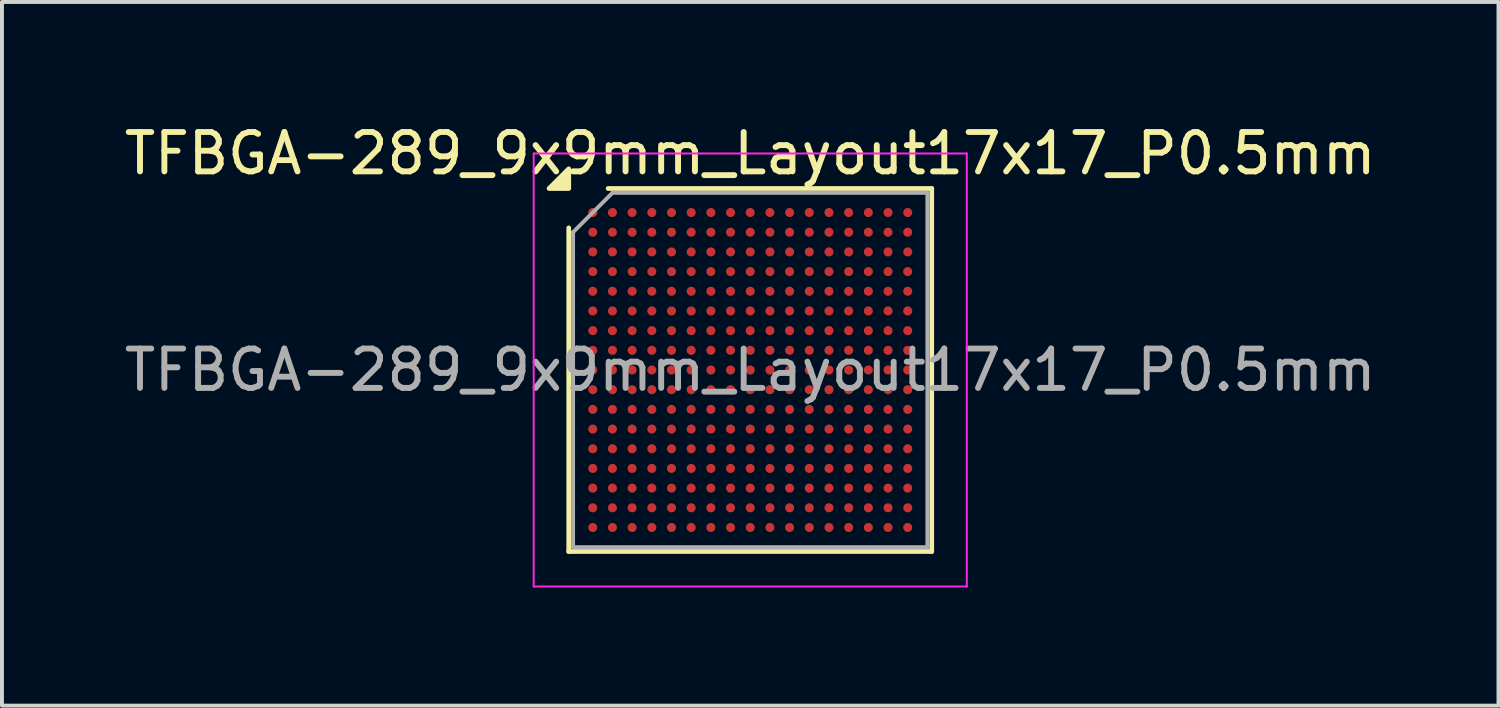
<source format=kicad_pcb>
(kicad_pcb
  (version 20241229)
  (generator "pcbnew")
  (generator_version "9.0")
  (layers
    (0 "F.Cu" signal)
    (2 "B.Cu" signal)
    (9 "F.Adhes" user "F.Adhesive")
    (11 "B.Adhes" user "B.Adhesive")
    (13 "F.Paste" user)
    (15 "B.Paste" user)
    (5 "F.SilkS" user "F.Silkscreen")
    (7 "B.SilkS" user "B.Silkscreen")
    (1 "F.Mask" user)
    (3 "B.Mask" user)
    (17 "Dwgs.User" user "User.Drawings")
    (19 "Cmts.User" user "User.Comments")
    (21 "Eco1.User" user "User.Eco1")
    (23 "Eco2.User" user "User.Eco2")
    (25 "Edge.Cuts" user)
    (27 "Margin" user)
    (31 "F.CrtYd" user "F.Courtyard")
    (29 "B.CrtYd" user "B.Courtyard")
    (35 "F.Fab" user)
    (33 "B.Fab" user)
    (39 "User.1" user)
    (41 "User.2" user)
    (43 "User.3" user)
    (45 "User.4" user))
  (footprint "TFBGA-289_9x9mm_Layout17x17_P0.5mm"
    (layer "F.Cu")
    (at 16.006 6.348)
    (property "Reference" "TFBGA-289_9x9mm_Layout17x17_P0.5mm" (at 0 -5.5 0) (layer "F.SilkS") (effects (font (size 1 1) (thickness 0.15))))
    (attr smd)
    (fp_line (start -4.61 4.61) (end -4.61 -3.61) (stroke (width 0.12) (type solid)) (layer "F.SilkS"))
    (fp_line (start -3.61 -4.61) (end 4.61 -4.61) (stroke (width 0.12) (type solid)) (layer "F.SilkS"))
    (fp_line (start 4.61 -4.61) (end 4.61 4.61) (stroke (width 0.12) (type solid)) (layer "F.SilkS"))
    (fp_line (start 4.61 4.61) (end -4.61 4.61) (stroke (width 0.12) (type solid)) (layer "F.SilkS"))
    (fp_poly (pts (xy -4.61 -4.61) (xy -5.11 -4.61) (xy -4.61 -5.11)) (stroke (width 0.12) (type solid)) (fill yes) (layer "F.SilkS"))
    (fp_line (start -5.5 -5.5) (end -5.5 5.5) (stroke (width 0.05) (type solid)) (layer "F.CrtYd"))
    (fp_line (start -5.5 5.5) (end 5.5 5.5) (stroke (width 0.05) (type solid)) (layer "F.CrtYd"))
    (fp_line (start 5.5 -5.5) (end -5.5 -5.5) (stroke (width 0.05) (type solid)) (layer "F.CrtYd"))
    (fp_line (start 5.5 5.5) (end 5.5 -5.5) (stroke (width 0.05) (type solid)) (layer "F.CrtYd"))
    (fp_line (start -4.5 -3.5) (end -3.5 -4.5) (stroke (width 0.1) (type solid)) (layer "F.Fab"))
    (fp_line (start -4.5 4.5) (end -4.5 -3.5) (stroke (width 0.1) (type solid)) (layer "F.Fab"))
    (fp_line (start -3.5 -4.5) (end 4.5 -4.5) (stroke (width 0.1) (type solid)) (layer "F.Fab"))
    (fp_line (start 4.5 -4.5) (end 4.5 4.5) (stroke (width 0.1) (type solid)) (layer "F.Fab"))
    (fp_line (start 4.5 4.5) (end -4.5 4.5) (stroke (width 0.1) (type solid)) (layer "F.Fab"))
    (fp_text user "${REFERENCE}" (at 0 0 0) (layer "F.Fab") (effects (font (size 1 1) (thickness 0.15))))
    (pad "A1" smd circle (at -4 -4) (size 0.23 0.23) (property pad_prop_bga) (layers "F.Cu" "F.Mask" "F.Paste"))
    (pad "A2" smd circle (at -3.5 -4) (size 0.23 0.23) (property pad_prop_bga) (layers "F.Cu" "F.Mask" "F.Paste"))
    (pad "A3" smd circle (at -3 -4) (size 0.23 0.23) (property pad_prop_bga) (layers "F.Cu" "F.Mask" "F.Paste"))
    (pad "A4" smd circle (at -2.5 -4) (size 0.23 0.23) (property pad_prop_bga) (layers "F.Cu" "F.Mask" "F.Paste"))
    (pad "A5" smd circle (at -2 -4) (size 0.23 0.23) (property pad_prop_bga) (layers "F.Cu" "F.Mask" "F.Paste"))
    (pad "A6" smd circle (at -1.5 -4) (size 0.23 0.23) (property pad_prop_bga) (layers "F.Cu" "F.Mask" "F.Paste"))
    (pad "A7" smd circle (at -1 -4) (size 0.23 0.23) (property pad_prop_bga) (layers "F.Cu" "F.Mask" "F.Paste"))
    (pad "A8" smd circle (at -0.5 -4) (size 0.23 0.23) (property pad_prop_bga) (layers "F.Cu" "F.Mask" "F.Paste"))
    (pad "A9" smd circle (at 0 -4) (size 0.23 0.23) (property pad_prop_bga) (layers "F.Cu" "F.Mask" "F.Paste"))
    (pad "A10" smd circle (at 0.5 -4) (size 0.23 0.23) (property pad_prop_bga) (layers "F.Cu" "F.Mask" "F.Paste"))
    (pad "A11" smd circle (at 1 -4) (size 0.23 0.23) (property pad_prop_bga) (layers "F.Cu" "F.Mask" "F.Paste"))
    (pad "A12" smd circle (at 1.5 -4) (size 0.23 0.23) (property pad_prop_bga) (layers "F.Cu" "F.Mask" "F.Paste"))
    (pad "A13" smd circle (at 2 -4) (size 0.23 0.23) (property pad_prop_bga) (layers "F.Cu" "F.Mask" "F.Paste"))
    (pad "A14" smd circle (at 2.5 -4) (size 0.23 0.23) (property pad_prop_bga) (layers "F.Cu" "F.Mask" "F.Paste"))
    (pad "A15" smd circle (at 3 -4) (size 0.23 0.23) (property pad_prop_bga) (layers "F.Cu" "F.Mask" "F.Paste"))
    (pad "A16" smd circle (at 3.5 -4) (size 0.23 0.23) (property pad_prop_bga) (layers "F.Cu" "F.Mask" "F.Paste"))
    (pad "A17" smd circle (at 4 -4) (size 0.23 0.23) (property pad_prop_bga) (layers "F.Cu" "F.Mask" "F.Paste"))
    (pad "B1" smd circle (at -4 -3.5) (size 0.23 0.23) (property pad_prop_bga) (layers "F.Cu" "F.Mask" "F.Paste"))
    (pad "B2" smd circle (at -3.5 -3.5) (size 0.23 0.23) (property pad_prop_bga) (layers "F.Cu" "F.Mask" "F.Paste"))
    (pad "B3" smd circle (at -3 -3.5) (size 0.23 0.23) (property pad_prop_bga) (layers "F.Cu" "F.Mask" "F.Paste"))
    (pad "B4" smd circle (at -2.5 -3.5) (size 0.23 0.23) (property pad_prop_bga) (layers "F.Cu" "F.Mask" "F.Paste"))
    (pad "B5" smd circle (at -2 -3.5) (size 0.23 0.23) (property pad_prop_bga) (layers "F.Cu" "F.Mask" "F.Paste"))
    (pad "B6" smd circle (at -1.5 -3.5) (size 0.23 0.23) (property pad_prop_bga) (layers "F.Cu" "F.Mask" "F.Paste"))
    (pad "B7" smd circle (at -1 -3.5) (size 0.23 0.23) (property pad_prop_bga) (layers "F.Cu" "F.Mask" "F.Paste"))
    (pad "B8" smd circle (at -0.5 -3.5) (size 0.23 0.23) (property pad_prop_bga) (layers "F.Cu" "F.Mask" "F.Paste"))
    (pad "B9" smd circle (at 0 -3.5) (size 0.23 0.23) (property pad_prop_bga) (layers "F.Cu" "F.Mask" "F.Paste"))
    (pad "B10" smd circle (at 0.5 -3.5) (size 0.23 0.23) (property pad_prop_bga) (layers "F.Cu" "F.Mask" "F.Paste"))
    (pad "B11" smd circle (at 1 -3.5) (size 0.23 0.23) (property pad_prop_bga) (layers "F.Cu" "F.Mask" "F.Paste"))
    (pad "B12" smd circle (at 1.5 -3.5) (size 0.23 0.23) (property pad_prop_bga) (layers "F.Cu" "F.Mask" "F.Paste"))
    (pad "B13" smd circle (at 2 -3.5) (size 0.23 0.23) (property pad_prop_bga) (layers "F.Cu" "F.Mask" "F.Paste"))
    (pad "B14" smd circle (at 2.5 -3.5) (size 0.23 0.23) (property pad_prop_bga) (layers "F.Cu" "F.Mask" "F.Paste"))
    (pad "B15" smd circle (at 3 -3.5) (size 0.23 0.23) (property pad_prop_bga) (layers "F.Cu" "F.Mask" "F.Paste"))
    (pad "B16" smd circle (at 3.5 -3.5) (size 0.23 0.23) (property pad_prop_bga) (layers "F.Cu" "F.Mask" "F.Paste"))
    (pad "B17" smd circle (at 4 -3.5) (size 0.23 0.23) (property pad_prop_bga) (layers "F.Cu" "F.Mask" "F.Paste"))
    (pad "C1" smd circle (at -4 -3) (size 0.23 0.23) (property pad_prop_bga) (layers "F.Cu" "F.Mask" "F.Paste"))
    (pad "C2" smd circle (at -3.5 -3) (size 0.23 0.23) (property pad_prop_bga) (layers "F.Cu" "F.Mask" "F.Paste"))
    (pad "C3" smd circle (at -3 -3) (size 0.23 0.23) (property pad_prop_bga) (layers "F.Cu" "F.Mask" "F.Paste"))
    (pad "C4" smd circle (at -2.5 -3) (size 0.23 0.23) (property pad_prop_bga) (layers "F.Cu" "F.Mask" "F.Paste"))
    (pad "C5" smd circle (at -2 -3) (size 0.23 0.23) (property pad_prop_bga) (layers "F.Cu" "F.Mask" "F.Paste"))
    (pad "C6" smd circle (at -1.5 -3) (size 0.23 0.23) (property pad_prop_bga) (layers "F.Cu" "F.Mask" "F.Paste"))
    (pad "C7" smd circle (at -1 -3) (size 0.23 0.23) (property pad_prop_bga) (layers "F.Cu" "F.Mask" "F.Paste"))
    (pad "C8" smd circle (at -0.5 -3) (size 0.23 0.23) (property pad_prop_bga) (layers "F.Cu" "F.Mask" "F.Paste"))
    (pad "C9" smd circle (at 0 -3) (size 0.23 0.23) (property pad_prop_bga) (layers "F.Cu" "F.Mask" "F.Paste"))
    (pad "C10" smd circle (at 0.5 -3) (size 0.23 0.23) (property pad_prop_bga) (layers "F.Cu" "F.Mask" "F.Paste"))
    (pad "C11" smd circle (at 1 -3) (size 0.23 0.23) (property pad_prop_bga) (layers "F.Cu" "F.Mask" "F.Paste"))
    (pad "C12" smd circle (at 1.5 -3) (size 0.23 0.23) (property pad_prop_bga) (layers "F.Cu" "F.Mask" "F.Paste"))
    (pad "C13" smd circle (at 2 -3) (size 0.23 0.23) (property pad_prop_bga) (layers "F.Cu" "F.Mask" "F.Paste"))
    (pad "C14" smd circle (at 2.5 -3) (size 0.23 0.23) (property pad_prop_bga) (layers "F.Cu" "F.Mask" "F.Paste"))
    (pad "C15" smd circle (at 3 -3) (size 0.23 0.23) (property pad_prop_bga) (layers "F.Cu" "F.Mask" "F.Paste"))
    (pad "C16" smd circle (at 3.5 -3) (size 0.23 0.23) (property pad_prop_bga) (layers "F.Cu" "F.Mask" "F.Paste"))
    (pad "C17" smd circle (at 4 -3) (size 0.23 0.23) (property pad_prop_bga) (layers "F.Cu" "F.Mask" "F.Paste"))
    (pad "D1" smd circle (at -4 -2.5) (size 0.23 0.23) (property pad_prop_bga) (layers "F.Cu" "F.Mask" "F.Paste"))
    (pad "D2" smd circle (at -3.5 -2.5) (size 0.23 0.23) (property pad_prop_bga) (layers "F.Cu" "F.Mask" "F.Paste"))
    (pad "D3" smd circle (at -3 -2.5) (size 0.23 0.23) (property pad_prop_bga) (layers "F.Cu" "F.Mask" "F.Paste"))
    (pad "D4" smd circle (at -2.5 -2.5) (size 0.23 0.23) (property pad_prop_bga) (layers "F.Cu" "F.Mask" "F.Paste"))
    (pad "D5" smd circle (at -2 -2.5) (size 0.23 0.23) (property pad_prop_bga) (layers "F.Cu" "F.Mask" "F.Paste"))
    (pad "D6" smd circle (at -1.5 -2.5) (size 0.23 0.23) (property pad_prop_bga) (layers "F.Cu" "F.Mask" "F.Paste"))
    (pad "D7" smd circle (at -1 -2.5) (size 0.23 0.23) (property pad_prop_bga) (layers "F.Cu" "F.Mask" "F.Paste"))
    (pad "D8" smd circle (at -0.5 -2.5) (size 0.23 0.23) (property pad_prop_bga) (layers "F.Cu" "F.Mask" "F.Paste"))
    (pad "D9" smd circle (at 0 -2.5) (size 0.23 0.23) (property pad_prop_bga) (layers "F.Cu" "F.Mask" "F.Paste"))
    (pad "D10" smd circle (at 0.5 -2.5) (size 0.23 0.23) (property pad_prop_bga) (layers "F.Cu" "F.Mask" "F.Paste"))
    (pad "D11" smd circle (at 1 -2.5) (size 0.23 0.23) (property pad_prop_bga) (layers "F.Cu" "F.Mask" "F.Paste"))
    (pad "D12" smd circle (at 1.5 -2.5) (size 0.23 0.23) (property pad_prop_bga) (layers "F.Cu" "F.Mask" "F.Paste"))
    (pad "D13" smd circle (at 2 -2.5) (size 0.23 0.23) (property pad_prop_bga) (layers "F.Cu" "F.Mask" "F.Paste"))
    (pad "D14" smd circle (at 2.5 -2.5) (size 0.23 0.23) (property pad_prop_bga) (layers "F.Cu" "F.Mask" "F.Paste"))
    (pad "D15" smd circle (at 3 -2.5) (size 0.23 0.23) (property pad_prop_bga) (layers "F.Cu" "F.Mask" "F.Paste"))
    (pad "D16" smd circle (at 3.5 -2.5) (size 0.23 0.23) (property pad_prop_bga) (layers "F.Cu" "F.Mask" "F.Paste"))
    (pad "D17" smd circle (at 4 -2.5) (size 0.23 0.23) (property pad_prop_bga) (layers "F.Cu" "F.Mask" "F.Paste"))
    (pad "E1" smd circle (at -4 -2) (size 0.23 0.23) (property pad_prop_bga) (layers "F.Cu" "F.Mask" "F.Paste"))
    (pad "E2" smd circle (at -3.5 -2) (size 0.23 0.23) (property pad_prop_bga) (layers "F.Cu" "F.Mask" "F.Paste"))
    (pad "E3" smd circle (at -3 -2) (size 0.23 0.23) (property pad_prop_bga) (layers "F.Cu" "F.Mask" "F.Paste"))
    (pad "E4" smd circle (at -2.5 -2) (size 0.23 0.23) (property pad_prop_bga) (layers "F.Cu" "F.Mask" "F.Paste"))
    (pad "E5" smd circle (at -2 -2) (size 0.23 0.23) (property pad_prop_bga) (layers "F.Cu" "F.Mask" "F.Paste"))
    (pad "E6" smd circle (at -1.5 -2) (size 0.23 0.23) (property pad_prop_bga) (layers "F.Cu" "F.Mask" "F.Paste"))
    (pad "E7" smd circle (at -1 -2) (size 0.23 0.23) (property pad_prop_bga) (layers "F.Cu" "F.Mask" "F.Paste"))
    (pad "E8" smd circle (at -0.5 -2) (size 0.23 0.23) (property pad_prop_bga) (layers "F.Cu" "F.Mask" "F.Paste"))
    (pad "E9" smd circle (at 0 -2) (size 0.23 0.23) (property pad_prop_bga) (layers "F.Cu" "F.Mask" "F.Paste"))
    (pad "E10" smd circle (at 0.5 -2) (size 0.23 0.23) (property pad_prop_bga) (layers "F.Cu" "F.Mask" "F.Paste"))
    (pad "E11" smd circle (at 1 -2) (size 0.23 0.23) (property pad_prop_bga) (layers "F.Cu" "F.Mask" "F.Paste"))
    (pad "E12" smd circle (at 1.5 -2) (size 0.23 0.23) (property pad_prop_bga) (layers "F.Cu" "F.Mask" "F.Paste"))
    (pad "E13" smd circle (at 2 -2) (size 0.23 0.23) (property pad_prop_bga) (layers "F.Cu" "F.Mask" "F.Paste"))
    (pad "E14" smd circle (at 2.5 -2) (size 0.23 0.23) (property pad_prop_bga) (layers "F.Cu" "F.Mask" "F.Paste"))
    (pad "E15" smd circle (at 3 -2) (size 0.23 0.23) (property pad_prop_bga) (layers "F.Cu" "F.Mask" "F.Paste"))
    (pad "E16" smd circle (at 3.5 -2) (size 0.23 0.23) (property pad_prop_bga) (layers "F.Cu" "F.Mask" "F.Paste"))
    (pad "E17" smd circle (at 4 -2) (size 0.23 0.23) (property pad_prop_bga) (layers "F.Cu" "F.Mask" "F.Paste"))
    (pad "F1" smd circle (at -4 -1.5) (size 0.23 0.23) (property pad_prop_bga) (layers "F.Cu" "F.Mask" "F.Paste"))
    (pad "F2" smd circle (at -3.5 -1.5) (size 0.23 0.23) (property pad_prop_bga) (layers "F.Cu" "F.Mask" "F.Paste"))
    (pad "F3" smd circle (at -3 -1.5) (size 0.23 0.23) (property pad_prop_bga) (layers "F.Cu" "F.Mask" "F.Paste"))
    (pad "F4" smd circle (at -2.5 -1.5) (size 0.23 0.23) (property pad_prop_bga) (layers "F.Cu" "F.Mask" "F.Paste"))
    (pad "F5" smd circle (at -2 -1.5) (size 0.23 0.23) (property pad_prop_bga) (layers "F.Cu" "F.Mask" "F.Paste"))
    (pad "F6" smd circle (at -1.5 -1.5) (size 0.23 0.23) (property pad_prop_bga) (layers "F.Cu" "F.Mask" "F.Paste"))
    (pad "F7" smd circle (at -1 -1.5) (size 0.23 0.23) (property pad_prop_bga) (layers "F.Cu" "F.Mask" "F.Paste"))
    (pad "F8" smd circle (at -0.5 -1.5) (size 0.23 0.23) (property pad_prop_bga) (layers "F.Cu" "F.Mask" "F.Paste"))
    (pad "F9" smd circle (at 0 -1.5) (size 0.23 0.23) (property pad_prop_bga) (layers "F.Cu" "F.Mask" "F.Paste"))
    (pad "F10" smd circle (at 0.5 -1.5) (size 0.23 0.23) (property pad_prop_bga) (layers "F.Cu" "F.Mask" "F.Paste"))
    (pad "F11" smd circle (at 1 -1.5) (size 0.23 0.23) (property pad_prop_bga) (layers "F.Cu" "F.Mask" "F.Paste"))
    (pad "F12" smd circle (at 1.5 -1.5) (size 0.23 0.23) (property pad_prop_bga) (layers "F.Cu" "F.Mask" "F.Paste"))
    (pad "F13" smd circle (at 2 -1.5) (size 0.23 0.23) (property pad_prop_bga) (layers "F.Cu" "F.Mask" "F.Paste"))
    (pad "F14" smd circle (at 2.5 -1.5) (size 0.23 0.23) (property pad_prop_bga) (layers "F.Cu" "F.Mask" "F.Paste"))
    (pad "F15" smd circle (at 3 -1.5) (size 0.23 0.23) (property pad_prop_bga) (layers "F.Cu" "F.Mask" "F.Paste"))
    (pad "F16" smd circle (at 3.5 -1.5) (size 0.23 0.23) (property pad_prop_bga) (layers "F.Cu" "F.Mask" "F.Paste"))
    (pad "F17" smd circle (at 4 -1.5) (size 0.23 0.23) (property pad_prop_bga) (layers "F.Cu" "F.Mask" "F.Paste"))
    (pad "G1" smd circle (at -4 -1) (size 0.23 0.23) (property pad_prop_bga) (layers "F.Cu" "F.Mask" "F.Paste"))
    (pad "G2" smd circle (at -3.5 -1) (size 0.23 0.23) (property pad_prop_bga) (layers "F.Cu" "F.Mask" "F.Paste"))
    (pad "G3" smd circle (at -3 -1) (size 0.23 0.23) (property pad_prop_bga) (layers "F.Cu" "F.Mask" "F.Paste"))
    (pad "G4" smd circle (at -2.5 -1) (size 0.23 0.23) (property pad_prop_bga) (layers "F.Cu" "F.Mask" "F.Paste"))
    (pad "G5" smd circle (at -2 -1) (size 0.23 0.23) (property pad_prop_bga) (layers "F.Cu" "F.Mask" "F.Paste"))
    (pad "G6" smd circle (at -1.5 -1) (size 0.23 0.23) (property pad_prop_bga) (layers "F.Cu" "F.Mask" "F.Paste"))
    (pad "G7" smd circle (at -1 -1) (size 0.23 0.23) (property pad_prop_bga) (layers "F.Cu" "F.Mask" "F.Paste"))
    (pad "G8" smd circle (at -0.5 -1) (size 0.23 0.23) (property pad_prop_bga) (layers "F.Cu" "F.Mask" "F.Paste"))
    (pad "G9" smd circle (at 0 -1) (size 0.23 0.23) (property pad_prop_bga) (layers "F.Cu" "F.Mask" "F.Paste"))
    (pad "G10" smd circle (at 0.5 -1) (size 0.23 0.23) (property pad_prop_bga) (layers "F.Cu" "F.Mask" "F.Paste"))
    (pad "G11" smd circle (at 1 -1) (size 0.23 0.23) (property pad_prop_bga) (layers "F.Cu" "F.Mask" "F.Paste"))
    (pad "G12" smd circle (at 1.5 -1) (size 0.23 0.23) (property pad_prop_bga) (layers "F.Cu" "F.Mask" "F.Paste"))
    (pad "G13" smd circle (at 2 -1) (size 0.23 0.23) (property pad_prop_bga) (layers "F.Cu" "F.Mask" "F.Paste"))
    (pad "G14" smd circle (at 2.5 -1) (size 0.23 0.23) (property pad_prop_bga) (layers "F.Cu" "F.Mask" "F.Paste"))
    (pad "G15" smd circle (at 3 -1) (size 0.23 0.23) (property pad_prop_bga) (layers "F.Cu" "F.Mask" "F.Paste"))
    (pad "G16" smd circle (at 3.5 -1) (size 0.23 0.23) (property pad_prop_bga) (layers "F.Cu" "F.Mask" "F.Paste"))
    (pad "G17" smd circle (at 4 -1) (size 0.23 0.23) (property pad_prop_bga) (layers "F.Cu" "F.Mask" "F.Paste"))
    (pad "H1" smd circle (at -4 -0.5) (size 0.23 0.23) (property pad_prop_bga) (layers "F.Cu" "F.Mask" "F.Paste"))
    (pad "H2" smd circle (at -3.5 -0.5) (size 0.23 0.23) (property pad_prop_bga) (layers "F.Cu" "F.Mask" "F.Paste"))
    (pad "H3" smd circle (at -3 -0.5) (size 0.23 0.23) (property pad_prop_bga) (layers "F.Cu" "F.Mask" "F.Paste"))
    (pad "H4" smd circle (at -2.5 -0.5) (size 0.23 0.23) (property pad_prop_bga) (layers "F.Cu" "F.Mask" "F.Paste"))
    (pad "H5" smd circle (at -2 -0.5) (size 0.23 0.23) (property pad_prop_bga) (layers "F.Cu" "F.Mask" "F.Paste"))
    (pad "H6" smd circle (at -1.5 -0.5) (size 0.23 0.23) (property pad_prop_bga) (layers "F.Cu" "F.Mask" "F.Paste"))
    (pad "H7" smd circle (at -1 -0.5) (size 0.23 0.23) (property pad_prop_bga) (layers "F.Cu" "F.Mask" "F.Paste"))
    (pad "H8" smd circle (at -0.5 -0.5) (size 0.23 0.23) (property pad_prop_bga) (layers "F.Cu" "F.Mask" "F.Paste"))
    (pad "H9" smd circle (at 0 -0.5) (size 0.23 0.23) (property pad_prop_bga) (layers "F.Cu" "F.Mask" "F.Paste"))
    (pad "H10" smd circle (at 0.5 -0.5) (size 0.23 0.23) (property pad_prop_bga) (layers "F.Cu" "F.Mask" "F.Paste"))
    (pad "H11" smd circle (at 1 -0.5) (size 0.23 0.23) (property pad_prop_bga) (layers "F.Cu" "F.Mask" "F.Paste"))
    (pad "H12" smd circle (at 1.5 -0.5) (size 0.23 0.23) (property pad_prop_bga) (layers "F.Cu" "F.Mask" "F.Paste"))
    (pad "H13" smd circle (at 2 -0.5) (size 0.23 0.23) (property pad_prop_bga) (layers "F.Cu" "F.Mask" "F.Paste"))
    (pad "H14" smd circle (at 2.5 -0.5) (size 0.23 0.23) (property pad_prop_bga) (layers "F.Cu" "F.Mask" "F.Paste"))
    (pad "H15" smd circle (at 3 -0.5) (size 0.23 0.23) (property pad_prop_bga) (layers "F.Cu" "F.Mask" "F.Paste"))
    (pad "H16" smd circle (at 3.5 -0.5) (size 0.23 0.23) (property pad_prop_bga) (layers "F.Cu" "F.Mask" "F.Paste"))
    (pad "H17" smd circle (at 4 -0.5) (size 0.23 0.23) (property pad_prop_bga) (layers "F.Cu" "F.Mask" "F.Paste"))
    (pad "J1" smd circle (at -4 0) (size 0.23 0.23) (property pad_prop_bga) (layers "F.Cu" "F.Mask" "F.Paste"))
    (pad "J2" smd circle (at -3.5 0) (size 0.23 0.23) (property pad_prop_bga) (layers "F.Cu" "F.Mask" "F.Paste"))
    (pad "J3" smd circle (at -3 0) (size 0.23 0.23) (property pad_prop_bga) (layers "F.Cu" "F.Mask" "F.Paste"))
    (pad "J4" smd circle (at -2.5 0) (size 0.23 0.23) (property pad_prop_bga) (layers "F.Cu" "F.Mask" "F.Paste"))
    (pad "J5" smd circle (at -2 0) (size 0.23 0.23) (property pad_prop_bga) (layers "F.Cu" "F.Mask" "F.Paste"))
    (pad "J6" smd circle (at -1.5 0) (size 0.23 0.23) (property pad_prop_bga) (layers "F.Cu" "F.Mask" "F.Paste"))
    (pad "J7" smd circle (at -1 0) (size 0.23 0.23) (property pad_prop_bga) (layers "F.Cu" "F.Mask" "F.Paste"))
    (pad "J8" smd circle (at -0.5 0) (size 0.23 0.23) (property pad_prop_bga) (layers "F.Cu" "F.Mask" "F.Paste"))
    (pad "J9" smd circle (at 0 0) (size 0.23 0.23) (property pad_prop_bga) (layers "F.Cu" "F.Mask" "F.Paste"))
    (pad "J10" smd circle (at 0.5 0) (size 0.23 0.23) (property pad_prop_bga) (layers "F.Cu" "F.Mask" "F.Paste"))
    (pad "J11" smd circle (at 1 0) (size 0.23 0.23) (property pad_prop_bga) (layers "F.Cu" "F.Mask" "F.Paste"))
    (pad "J12" smd circle (at 1.5 0) (size 0.23 0.23) (property pad_prop_bga) (layers "F.Cu" "F.Mask" "F.Paste"))
    (pad "J13" smd circle (at 2 0) (size 0.23 0.23) (property pad_prop_bga) (layers "F.Cu" "F.Mask" "F.Paste"))
    (pad "J14" smd circle (at 2.5 0) (size 0.23 0.23) (property pad_prop_bga) (layers "F.Cu" "F.Mask" "F.Paste"))
    (pad "J15" smd circle (at 3 0) (size 0.23 0.23) (property pad_prop_bga) (layers "F.Cu" "F.Mask" "F.Paste"))
    (pad "J16" smd circle (at 3.5 0) (size 0.23 0.23) (property pad_prop_bga) (layers "F.Cu" "F.Mask" "F.Paste"))
    (pad "J17" smd circle (at 4 0) (size 0.23 0.23) (property pad_prop_bga) (layers "F.Cu" "F.Mask" "F.Paste"))
    (pad "K1" smd circle (at -4 0.5) (size 0.23 0.23) (property pad_prop_bga) (layers "F.Cu" "F.Mask" "F.Paste"))
    (pad "K2" smd circle (at -3.5 0.5) (size 0.23 0.23) (property pad_prop_bga) (layers "F.Cu" "F.Mask" "F.Paste"))
    (pad "K3" smd circle (at -3 0.5) (size 0.23 0.23) (property pad_prop_bga) (layers "F.Cu" "F.Mask" "F.Paste"))
    (pad "K4" smd circle (at -2.5 0.5) (size 0.23 0.23) (property pad_prop_bga) (layers "F.Cu" "F.Mask" "F.Paste"))
    (pad "K5" smd circle (at -2 0.5) (size 0.23 0.23) (property pad_prop_bga) (layers "F.Cu" "F.Mask" "F.Paste"))
    (pad "K6" smd circle (at -1.5 0.5) (size 0.23 0.23) (property pad_prop_bga) (layers "F.Cu" "F.Mask" "F.Paste"))
    (pad "K7" smd circle (at -1 0.5) (size 0.23 0.23) (property pad_prop_bga) (layers "F.Cu" "F.Mask" "F.Paste"))
    (pad "K8" smd circle (at -0.5 0.5) (size 0.23 0.23) (property pad_prop_bga) (layers "F.Cu" "F.Mask" "F.Paste"))
    (pad "K9" smd circle (at 0 0.5) (size 0.23 0.23) (property pad_prop_bga) (layers "F.Cu" "F.Mask" "F.Paste"))
    (pad "K10" smd circle (at 0.5 0.5) (size 0.23 0.23) (property pad_prop_bga) (layers "F.Cu" "F.Mask" "F.Paste"))
    (pad "K11" smd circle (at 1 0.5) (size 0.23 0.23) (property pad_prop_bga) (layers "F.Cu" "F.Mask" "F.Paste"))
    (pad "K12" smd circle (at 1.5 0.5) (size 0.23 0.23) (property pad_prop_bga) (layers "F.Cu" "F.Mask" "F.Paste"))
    (pad "K13" smd circle (at 2 0.5) (size 0.23 0.23) (property pad_prop_bga) (layers "F.Cu" "F.Mask" "F.Paste"))
    (pad "K14" smd circle (at 2.5 0.5) (size 0.23 0.23) (property pad_prop_bga) (layers "F.Cu" "F.Mask" "F.Paste"))
    (pad "K15" smd circle (at 3 0.5) (size 0.23 0.23) (property pad_prop_bga) (layers "F.Cu" "F.Mask" "F.Paste"))
    (pad "K16" smd circle (at 3.5 0.5) (size 0.23 0.23) (property pad_prop_bga) (layers "F.Cu" "F.Mask" "F.Paste"))
    (pad "K17" smd circle (at 4 0.5) (size 0.23 0.23) (property pad_prop_bga) (layers "F.Cu" "F.Mask" "F.Paste"))
    (pad "L1" smd circle (at -4 1) (size 0.23 0.23) (property pad_prop_bga) (layers "F.Cu" "F.Mask" "F.Paste"))
    (pad "L2" smd circle (at -3.5 1) (size 0.23 0.23) (property pad_prop_bga) (layers "F.Cu" "F.Mask" "F.Paste"))
    (pad "L3" smd circle (at -3 1) (size 0.23 0.23) (property pad_prop_bga) (layers "F.Cu" "F.Mask" "F.Paste"))
    (pad "L4" smd circle (at -2.5 1) (size 0.23 0.23) (property pad_prop_bga) (layers "F.Cu" "F.Mask" "F.Paste"))
    (pad "L5" smd circle (at -2 1) (size 0.23 0.23) (property pad_prop_bga) (layers "F.Cu" "F.Mask" "F.Paste"))
    (pad "L6" smd circle (at -1.5 1) (size 0.23 0.23) (property pad_prop_bga) (layers "F.Cu" "F.Mask" "F.Paste"))
    (pad "L7" smd circle (at -1 1) (size 0.23 0.23) (property pad_prop_bga) (layers "F.Cu" "F.Mask" "F.Paste"))
    (pad "L8" smd circle (at -0.5 1) (size 0.23 0.23) (property pad_prop_bga) (layers "F.Cu" "F.Mask" "F.Paste"))
    (pad "L9" smd circle (at 0 1) (size 0.23 0.23) (property pad_prop_bga) (layers "F.Cu" "F.Mask" "F.Paste"))
    (pad "L10" smd circle (at 0.5 1) (size 0.23 0.23) (property pad_prop_bga) (layers "F.Cu" "F.Mask" "F.Paste"))
    (pad "L11" smd circle (at 1 1) (size 0.23 0.23) (property pad_prop_bga) (layers "F.Cu" "F.Mask" "F.Paste"))
    (pad "L12" smd circle (at 1.5 1) (size 0.23 0.23) (property pad_prop_bga) (layers "F.Cu" "F.Mask" "F.Paste"))
    (pad "L13" smd circle (at 2 1) (size 0.23 0.23) (property pad_prop_bga) (layers "F.Cu" "F.Mask" "F.Paste"))
    (pad "L14" smd circle (at 2.5 1) (size 0.23 0.23) (property pad_prop_bga) (layers "F.Cu" "F.Mask" "F.Paste"))
    (pad "L15" smd circle (at 3 1) (size 0.23 0.23) (property pad_prop_bga) (layers "F.Cu" "F.Mask" "F.Paste"))
    (pad "L16" smd circle (at 3.5 1) (size 0.23 0.23) (property pad_prop_bga) (layers "F.Cu" "F.Mask" "F.Paste"))
    (pad "L17" smd circle (at 4 1) (size 0.23 0.23) (property pad_prop_bga) (layers "F.Cu" "F.Mask" "F.Paste"))
    (pad "M1" smd circle (at -4 1.5) (size 0.23 0.23) (property pad_prop_bga) (layers "F.Cu" "F.Mask" "F.Paste"))
    (pad "M2" smd circle (at -3.5 1.5) (size 0.23 0.23) (property pad_prop_bga) (layers "F.Cu" "F.Mask" "F.Paste"))
    (pad "M3" smd circle (at -3 1.5) (size 0.23 0.23) (property pad_prop_bga) (layers "F.Cu" "F.Mask" "F.Paste"))
    (pad "M4" smd circle (at -2.5 1.5) (size 0.23 0.23) (property pad_prop_bga) (layers "F.Cu" "F.Mask" "F.Paste"))
    (pad "M5" smd circle (at -2 1.5) (size 0.23 0.23) (property pad_prop_bga) (layers "F.Cu" "F.Mask" "F.Paste"))
    (pad "M6" smd circle (at -1.5 1.5) (size 0.23 0.23) (property pad_prop_bga) (layers "F.Cu" "F.Mask" "F.Paste"))
    (pad "M7" smd circle (at -1 1.5) (size 0.23 0.23) (property pad_prop_bga) (layers "F.Cu" "F.Mask" "F.Paste"))
    (pad "M8" smd circle (at -0.5 1.5) (size 0.23 0.23) (property pad_prop_bga) (layers "F.Cu" "F.Mask" "F.Paste"))
    (pad "M9" smd circle (at 0 1.5) (size 0.23 0.23) (property pad_prop_bga) (layers "F.Cu" "F.Mask" "F.Paste"))
    (pad "M10" smd circle (at 0.5 1.5) (size 0.23 0.23) (property pad_prop_bga) (layers "F.Cu" "F.Mask" "F.Paste"))
    (pad "M11" smd circle (at 1 1.5) (size 0.23 0.23) (property pad_prop_bga) (layers "F.Cu" "F.Mask" "F.Paste"))
    (pad "M12" smd circle (at 1.5 1.5) (size 0.23 0.23) (property pad_prop_bga) (layers "F.Cu" "F.Mask" "F.Paste"))
    (pad "M13" smd circle (at 2 1.5) (size 0.23 0.23) (property pad_prop_bga) (layers "F.Cu" "F.Mask" "F.Paste"))
    (pad "M14" smd circle (at 2.5 1.5) (size 0.23 0.23) (property pad_prop_bga) (layers "F.Cu" "F.Mask" "F.Paste"))
    (pad "M15" smd circle (at 3 1.5) (size 0.23 0.23) (property pad_prop_bga) (layers "F.Cu" "F.Mask" "F.Paste"))
    (pad "M16" smd circle (at 3.5 1.5) (size 0.23 0.23) (property pad_prop_bga) (layers "F.Cu" "F.Mask" "F.Paste"))
    (pad "M17" smd circle (at 4 1.5) (size 0.23 0.23) (property pad_prop_bga) (layers "F.Cu" "F.Mask" "F.Paste"))
    (pad "N1" smd circle (at -4 2) (size 0.23 0.23) (property pad_prop_bga) (layers "F.Cu" "F.Mask" "F.Paste"))
    (pad "N2" smd circle (at -3.5 2) (size 0.23 0.23) (property pad_prop_bga) (layers "F.Cu" "F.Mask" "F.Paste"))
    (pad "N3" smd circle (at -3 2) (size 0.23 0.23) (property pad_prop_bga) (layers "F.Cu" "F.Mask" "F.Paste"))
    (pad "N4" smd circle (at -2.5 2) (size 0.23 0.23) (property pad_prop_bga) (layers "F.Cu" "F.Mask" "F.Paste"))
    (pad "N5" smd circle (at -2 2) (size 0.23 0.23) (property pad_prop_bga) (layers "F.Cu" "F.Mask" "F.Paste"))
    (pad "N6" smd circle (at -1.5 2) (size 0.23 0.23) (property pad_prop_bga) (layers "F.Cu" "F.Mask" "F.Paste"))
    (pad "N7" smd circle (at -1 2) (size 0.23 0.23) (property pad_prop_bga) (layers "F.Cu" "F.Mask" "F.Paste"))
    (pad "N8" smd circle (at -0.5 2) (size 0.23 0.23) (property pad_prop_bga) (layers "F.Cu" "F.Mask" "F.Paste"))
    (pad "N9" smd circle (at 0 2) (size 0.23 0.23) (property pad_prop_bga) (layers "F.Cu" "F.Mask" "F.Paste"))
    (pad "N10" smd circle (at 0.5 2) (size 0.23 0.23) (property pad_prop_bga) (layers "F.Cu" "F.Mask" "F.Paste"))
    (pad "N11" smd circle (at 1 2) (size 0.23 0.23) (property pad_prop_bga) (layers "F.Cu" "F.Mask" "F.Paste"))
    (pad "N12" smd circle (at 1.5 2) (size 0.23 0.23) (property pad_prop_bga) (layers "F.Cu" "F.Mask" "F.Paste"))
    (pad "N13" smd circle (at 2 2) (size 0.23 0.23) (property pad_prop_bga) (layers "F.Cu" "F.Mask" "F.Paste"))
    (pad "N14" smd circle (at 2.5 2) (size 0.23 0.23) (property pad_prop_bga) (layers "F.Cu" "F.Mask" "F.Paste"))
    (pad "N15" smd circle (at 3 2) (size 0.23 0.23) (property pad_prop_bga) (layers "F.Cu" "F.Mask" "F.Paste"))
    (pad "N16" smd circle (at 3.5 2) (size 0.23 0.23) (property pad_prop_bga) (layers "F.Cu" "F.Mask" "F.Paste"))
    (pad "N17" smd circle (at 4 2) (size 0.23 0.23) (property pad_prop_bga) (layers "F.Cu" "F.Mask" "F.Paste"))
    (pad "P1" smd circle (at -4 2.5) (size 0.23 0.23) (property pad_prop_bga) (layers "F.Cu" "F.Mask" "F.Paste"))
    (pad "P2" smd circle (at -3.5 2.5) (size 0.23 0.23) (property pad_prop_bga) (layers "F.Cu" "F.Mask" "F.Paste"))
    (pad "P3" smd circle (at -3 2.5) (size 0.23 0.23) (property pad_prop_bga) (layers "F.Cu" "F.Mask" "F.Paste"))
    (pad "P4" smd circle (at -2.5 2.5) (size 0.23 0.23) (property pad_prop_bga) (layers "F.Cu" "F.Mask" "F.Paste"))
    (pad "P5" smd circle (at -2 2.5) (size 0.23 0.23) (property pad_prop_bga) (layers "F.Cu" "F.Mask" "F.Paste"))
    (pad "P6" smd circle (at -1.5 2.5) (size 0.23 0.23) (property pad_prop_bga) (layers "F.Cu" "F.Mask" "F.Paste"))
    (pad "P7" smd circle (at -1 2.5) (size 0.23 0.23) (property pad_prop_bga) (layers "F.Cu" "F.Mask" "F.Paste"))
    (pad "P8" smd circle (at -0.5 2.5) (size 0.23 0.23) (property pad_prop_bga) (layers "F.Cu" "F.Mask" "F.Paste"))
    (pad "P9" smd circle (at 0 2.5) (size 0.23 0.23) (property pad_prop_bga) (layers "F.Cu" "F.Mask" "F.Paste"))
    (pad "P10" smd circle (at 0.5 2.5) (size 0.23 0.23) (property pad_prop_bga) (layers "F.Cu" "F.Mask" "F.Paste"))
    (pad "P11" smd circle (at 1 2.5) (size 0.23 0.23) (property pad_prop_bga) (layers "F.Cu" "F.Mask" "F.Paste"))
    (pad "P12" smd circle (at 1.5 2.5) (size 0.23 0.23) (property pad_prop_bga) (layers "F.Cu" "F.Mask" "F.Paste"))
    (pad "P13" smd circle (at 2 2.5) (size 0.23 0.23) (property pad_prop_bga) (layers "F.Cu" "F.Mask" "F.Paste"))
    (pad "P14" smd circle (at 2.5 2.5) (size 0.23 0.23) (property pad_prop_bga) (layers "F.Cu" "F.Mask" "F.Paste"))
    (pad "P15" smd circle (at 3 2.5) (size 0.23 0.23) (property pad_prop_bga) (layers "F.Cu" "F.Mask" "F.Paste"))
    (pad "P16" smd circle (at 3.5 2.5) (size 0.23 0.23) (property pad_prop_bga) (layers "F.Cu" "F.Mask" "F.Paste"))
    (pad "P17" smd circle (at 4 2.5) (size 0.23 0.23) (property pad_prop_bga) (layers "F.Cu" "F.Mask" "F.Paste"))
    (pad "R1" smd circle (at -4 3) (size 0.23 0.23) (property pad_prop_bga) (layers "F.Cu" "F.Mask" "F.Paste"))
    (pad "R2" smd circle (at -3.5 3) (size 0.23 0.23) (property pad_prop_bga) (layers "F.Cu" "F.Mask" "F.Paste"))
    (pad "R3" smd circle (at -3 3) (size 0.23 0.23) (property pad_prop_bga) (layers "F.Cu" "F.Mask" "F.Paste"))
    (pad "R4" smd circle (at -2.5 3) (size 0.23 0.23) (property pad_prop_bga) (layers "F.Cu" "F.Mask" "F.Paste"))
    (pad "R5" smd circle (at -2 3) (size 0.23 0.23) (property pad_prop_bga) (layers "F.Cu" "F.Mask" "F.Paste"))
    (pad "R6" smd circle (at -1.5 3) (size 0.23 0.23) (property pad_prop_bga) (layers "F.Cu" "F.Mask" "F.Paste"))
    (pad "R7" smd circle (at -1 3) (size 0.23 0.23) (property pad_prop_bga) (layers "F.Cu" "F.Mask" "F.Paste"))
    (pad "R8" smd circle (at -0.5 3) (size 0.23 0.23) (property pad_prop_bga) (layers "F.Cu" "F.Mask" "F.Paste"))
    (pad "R9" smd circle (at 0 3) (size 0.23 0.23) (property pad_prop_bga) (layers "F.Cu" "F.Mask" "F.Paste"))
    (pad "R10" smd circle (at 0.5 3) (size 0.23 0.23) (property pad_prop_bga) (layers "F.Cu" "F.Mask" "F.Paste"))
    (pad "R11" smd circle (at 1 3) (size 0.23 0.23) (property pad_prop_bga) (layers "F.Cu" "F.Mask" "F.Paste"))
    (pad "R12" smd circle (at 1.5 3) (size 0.23 0.23) (property pad_prop_bga) (layers "F.Cu" "F.Mask" "F.Paste"))
    (pad "R13" smd circle (at 2 3) (size 0.23 0.23) (property pad_prop_bga) (layers "F.Cu" "F.Mask" "F.Paste"))
    (pad "R14" smd circle (at 2.5 3) (size 0.23 0.23) (property pad_prop_bga) (layers "F.Cu" "F.Mask" "F.Paste"))
    (pad "R15" smd circle (at 3 3) (size 0.23 0.23) (property pad_prop_bga) (layers "F.Cu" "F.Mask" "F.Paste"))
    (pad "R16" smd circle (at 3.5 3) (size 0.23 0.23) (property pad_prop_bga) (layers "F.Cu" "F.Mask" "F.Paste"))
    (pad "R17" smd circle (at 4 3) (size 0.23 0.23) (property pad_prop_bga) (layers "F.Cu" "F.Mask" "F.Paste"))
    (pad "T1" smd circle (at -4 3.5) (size 0.23 0.23) (property pad_prop_bga) (layers "F.Cu" "F.Mask" "F.Paste"))
    (pad "T2" smd circle (at -3.5 3.5) (size 0.23 0.23) (property pad_prop_bga) (layers "F.Cu" "F.Mask" "F.Paste"))
    (pad "T3" smd circle (at -3 3.5) (size 0.23 0.23) (property pad_prop_bga) (layers "F.Cu" "F.Mask" "F.Paste"))
    (pad "T4" smd circle (at -2.5 3.5) (size 0.23 0.23) (property pad_prop_bga) (layers "F.Cu" "F.Mask" "F.Paste"))
    (pad "T5" smd circle (at -2 3.5) (size 0.23 0.23) (property pad_prop_bga) (layers "F.Cu" "F.Mask" "F.Paste"))
    (pad "T6" smd circle (at -1.5 3.5) (size 0.23 0.23) (property pad_prop_bga) (layers "F.Cu" "F.Mask" "F.Paste"))
    (pad "T7" smd circle (at -1 3.5) (size 0.23 0.23) (property pad_prop_bga) (layers "F.Cu" "F.Mask" "F.Paste"))
    (pad "T8" smd circle (at -0.5 3.5) (size 0.23 0.23) (property pad_prop_bga) (layers "F.Cu" "F.Mask" "F.Paste"))
    (pad "T9" smd circle (at 0 3.5) (size 0.23 0.23) (property pad_prop_bga) (layers "F.Cu" "F.Mask" "F.Paste"))
    (pad "T10" smd circle (at 0.5 3.5) (size 0.23 0.23) (property pad_prop_bga) (layers "F.Cu" "F.Mask" "F.Paste"))
    (pad "T11" smd circle (at 1 3.5) (size 0.23 0.23) (property pad_prop_bga) (layers "F.Cu" "F.Mask" "F.Paste"))
    (pad "T12" smd circle (at 1.5 3.5) (size 0.23 0.23) (property pad_prop_bga) (layers "F.Cu" "F.Mask" "F.Paste"))
    (pad "T13" smd circle (at 2 3.5) (size 0.23 0.23) (property pad_prop_bga) (layers "F.Cu" "F.Mask" "F.Paste"))
    (pad "T14" smd circle (at 2.5 3.5) (size 0.23 0.23) (property pad_prop_bga) (layers "F.Cu" "F.Mask" "F.Paste"))
    (pad "T15" smd circle (at 3 3.5) (size 0.23 0.23) (property pad_prop_bga) (layers "F.Cu" "F.Mask" "F.Paste"))
    (pad "T16" smd circle (at 3.5 3.5) (size 0.23 0.23) (property pad_prop_bga) (layers "F.Cu" "F.Mask" "F.Paste"))
    (pad "T17" smd circle (at 4 3.5) (size 0.23 0.23) (property pad_prop_bga) (layers "F.Cu" "F.Mask" "F.Paste"))
    (pad "U1" smd circle (at -4 4) (size 0.23 0.23) (property pad_prop_bga) (layers "F.Cu" "F.Mask" "F.Paste"))
    (pad "U2" smd circle (at -3.5 4) (size 0.23 0.23) (property pad_prop_bga) (layers "F.Cu" "F.Mask" "F.Paste"))
    (pad "U3" smd circle (at -3 4) (size 0.23 0.23) (property pad_prop_bga) (layers "F.Cu" "F.Mask" "F.Paste"))
    (pad "U4" smd circle (at -2.5 4) (size 0.23 0.23) (property pad_prop_bga) (layers "F.Cu" "F.Mask" "F.Paste"))
    (pad "U5" smd circle (at -2 4) (size 0.23 0.23) (property pad_prop_bga) (layers "F.Cu" "F.Mask" "F.Paste"))
    (pad "U6" smd circle (at -1.5 4) (size 0.23 0.23) (property pad_prop_bga) (layers "F.Cu" "F.Mask" "F.Paste"))
    (pad "U7" smd circle (at -1 4) (size 0.23 0.23) (property pad_prop_bga) (layers "F.Cu" "F.Mask" "F.Paste"))
    (pad "U8" smd circle (at -0.5 4) (size 0.23 0.23) (property pad_prop_bga) (layers "F.Cu" "F.Mask" "F.Paste"))
    (pad "U9" smd circle (at 0 4) (size 0.23 0.23) (property pad_prop_bga) (layers "F.Cu" "F.Mask" "F.Paste"))
    (pad "U10" smd circle (at 0.5 4) (size 0.23 0.23) (property pad_prop_bga) (layers "F.Cu" "F.Mask" "F.Paste"))
    (pad "U11" smd circle (at 1 4) (size 0.23 0.23) (property pad_prop_bga) (layers "F.Cu" "F.Mask" "F.Paste"))
    (pad "U12" smd circle (at 1.5 4) (size 0.23 0.23) (property pad_prop_bga) (layers "F.Cu" "F.Mask" "F.Paste"))
    (pad "U13" smd circle (at 2 4) (size 0.23 0.23) (property pad_prop_bga) (layers "F.Cu" "F.Mask" "F.Paste"))
    (pad "U14" smd circle (at 2.5 4) (size 0.23 0.23) (property pad_prop_bga) (layers "F.Cu" "F.Mask" "F.Paste"))
    (pad "U15" smd circle (at 3 4) (size 0.23 0.23) (property pad_prop_bga) (layers "F.Cu" "F.Mask" "F.Paste"))
    (pad "U16" smd circle (at 3.5 4) (size 0.23 0.23) (property pad_prop_bga) (layers "F.Cu" "F.Mask" "F.Paste"))
    (pad "U17" smd circle (at 4 4) (size 0.23 0.23) (property pad_prop_bga) (layers "F.Cu" "F.Mask" "F.Paste")))
  (gr_rect
    (start -3 -3)
    (end 35.012 14.873)
    (stroke (width 0.1) (type default))
    (fill no)
    (layer "Edge.Cuts")))
</source>
